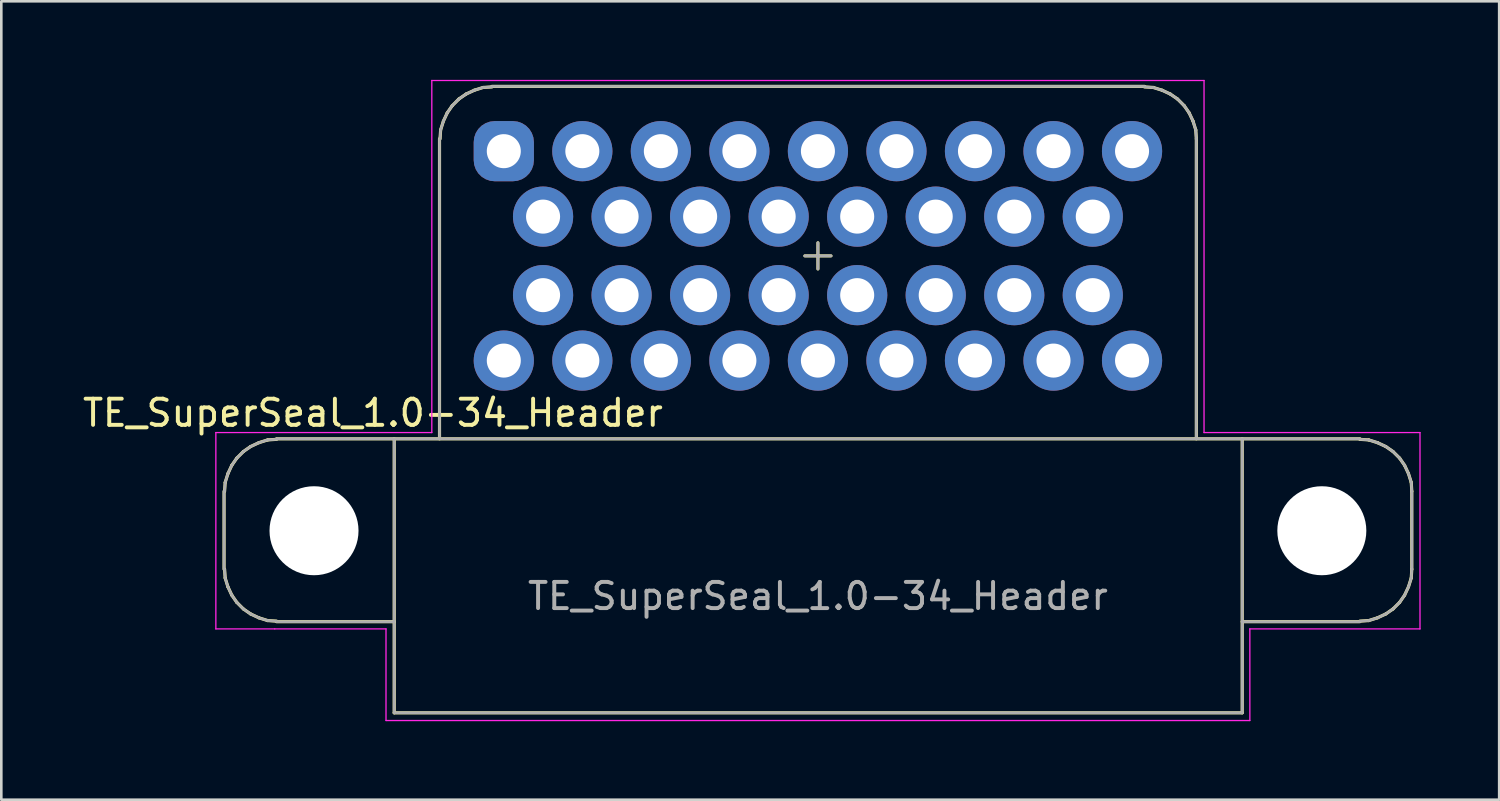
<source format=kicad_pcb>
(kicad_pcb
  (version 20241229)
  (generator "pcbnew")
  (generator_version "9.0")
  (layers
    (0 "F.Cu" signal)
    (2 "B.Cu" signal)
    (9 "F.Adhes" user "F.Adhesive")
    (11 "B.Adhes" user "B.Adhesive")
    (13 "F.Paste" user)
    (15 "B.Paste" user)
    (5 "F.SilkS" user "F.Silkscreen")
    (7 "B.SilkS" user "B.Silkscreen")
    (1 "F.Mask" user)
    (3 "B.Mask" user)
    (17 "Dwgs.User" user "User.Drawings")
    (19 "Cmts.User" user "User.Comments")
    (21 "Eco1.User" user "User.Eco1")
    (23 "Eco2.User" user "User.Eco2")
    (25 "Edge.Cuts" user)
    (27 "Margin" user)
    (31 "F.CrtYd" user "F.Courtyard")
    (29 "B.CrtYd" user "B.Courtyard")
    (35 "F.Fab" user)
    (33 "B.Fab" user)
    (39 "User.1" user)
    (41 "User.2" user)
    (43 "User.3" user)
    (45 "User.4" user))
  (footprint "TE_SuperSeal_1.0-34_Header"
    (layer "F.Cu")
    (at 16.196 2.725)
    (property "Reference" "TE_SuperSeal_1.0-34_Header" (at -5 10 0) (layer "F.SilkS") (effects (font (size 1 1) (thickness 0.15))))
    (attr through_hole)
    (fp_line (start -10.687 15.969) (end -10.687 12.993) (stroke (width 0.12) (type solid)) (layer "F.SilkS"))
    (fp_line (start -10.666 15.969) (end -10.644 16.306) (stroke (width 0.12) (type solid)) (layer "F.SilkS"))
    (fp_line (start -10.644 16.306) (end -10.539 16.644) (stroke (width 0.12) (type solid)) (layer "F.SilkS"))
    (fp_line (start -10.644 12.656) (end -10.666 12.993) (stroke (width 0.12) (type solid)) (layer "F.SilkS"))
    (fp_line (start -10.539 16.644) (end -10.391 16.961) (stroke (width 0.12) (type solid)) (layer "F.SilkS"))
    (fp_line (start -10.539 12.318) (end -10.644 12.656) (stroke (width 0.12) (type solid)) (layer "F.SilkS"))
    (fp_line (start -10.391 16.961) (end -10.201 17.235) (stroke (width 0.12) (type solid)) (layer "F.SilkS"))
    (fp_line (start -10.391 12.001) (end -10.539 12.318) (stroke (width 0.12) (type solid)) (layer "F.SilkS"))
    (fp_line (start -10.201 17.235) (end -9.948 17.488) (stroke (width 0.12) (type solid)) (layer "F.SilkS"))
    (fp_line (start -10.201 11.727) (end -10.391 12.001) (stroke (width 0.12) (type solid)) (layer "F.SilkS"))
    (fp_line (start -9.948 17.488) (end -9.674 17.678) (stroke (width 0.12) (type solid)) (layer "F.SilkS"))
    (fp_line (start -9.948 11.474) (end -10.201 11.727) (stroke (width 0.12) (type solid)) (layer "F.SilkS"))
    (fp_line (start -9.674 17.678) (end -9.357 17.826) (stroke (width 0.12) (type solid)) (layer "F.SilkS"))
    (fp_line (start -9.674 11.284) (end -9.948 11.474) (stroke (width 0.12) (type solid)) (layer "F.SilkS"))
    (fp_line (start -9.357 17.826) (end -9.02 17.932) (stroke (width 0.12) (type solid)) (layer "F.SilkS"))
    (fp_line (start -9.357 11.136) (end -9.674 11.284) (stroke (width 0.12) (type solid)) (layer "F.SilkS"))
    (fp_line (start -9.02 17.932) (end -8.682 17.953) (stroke (width 0.12) (type solid)) (layer "F.SilkS"))
    (fp_line (start -9.02 11.03) (end -9.357 11.136) (stroke (width 0.12) (type solid)) (layer "F.SilkS"))
    (fp_line (start -8.682 11.009) (end -9.02 11.03) (stroke (width 0.12) (type solid)) (layer "F.SilkS"))
    (fp_line (start -4.187 17.974) (end -8.682 17.974) (stroke (width 0.12) (type solid)) (layer "F.SilkS"))
    (fp_line (start -4.187 21.456) (end -4.187 10.988) (stroke (width 0.12) (type solid)) (layer "F.SilkS"))
    (fp_line (start -2.456 10.988) (end -2.456 -0.471) (stroke (width 0.12) (type solid)) (layer "F.SilkS"))
    (fp_line (start -2.414 -0.809) (end -2.435 -0.471) (stroke (width 0.12) (type solid)) (layer "F.SilkS"))
    (fp_line (start -2.308 -1.146) (end -2.414 -0.809) (stroke (width 0.12) (type solid)) (layer "F.SilkS"))
    (fp_line (start -2.161 -1.463) (end -2.308 -1.146) (stroke (width 0.12) (type solid)) (layer "F.SilkS"))
    (fp_line (start -1.971 -1.737) (end -2.161 -1.463) (stroke (width 0.12) (type solid)) (layer "F.SilkS"))
    (fp_line (start -1.718 -1.991) (end -1.971 -1.737) (stroke (width 0.12) (type solid)) (layer "F.SilkS"))
    (fp_line (start -1.443 -2.181) (end -1.718 -1.991) (stroke (width 0.12) (type solid)) (layer "F.SilkS"))
    (fp_line (start -1.127 -2.328) (end -1.443 -2.181) (stroke (width 0.12) (type solid)) (layer "F.SilkS"))
    (fp_line (start -0.789 -2.434) (end -1.127 -2.328) (stroke (width 0.12) (type solid)) (layer "F.SilkS"))
    (fp_line (start -0.451 -2.476) (end 24.472 -2.476) (stroke (width 0.12) (type solid)) (layer "F.SilkS"))
    (fp_line (start -0.451 -2.455) (end -0.789 -2.434) (stroke (width 0.12) (type solid)) (layer "F.SilkS"))
    (fp_line (start 11.5 4) (end 12.5 4) (stroke (width 0.12) (type solid)) (layer "F.SilkS"))
    (fp_line (start 12 4.5) (end 12 3.5) (stroke (width 0.12) (type solid)) (layer "F.SilkS"))
    (fp_line (start 24.81 -2.434) (end 24.472 -2.455) (stroke (width 0.12) (type solid)) (layer "F.SilkS"))
    (fp_line (start 25.148 -2.328) (end 24.81 -2.434) (stroke (width 0.12) (type solid)) (layer "F.SilkS"))
    (fp_line (start 25.464 -2.181) (end 25.148 -2.328) (stroke (width 0.12) (type solid)) (layer "F.SilkS"))
    (fp_line (start 25.739 -1.991) (end 25.464 -2.181) (stroke (width 0.12) (type solid)) (layer "F.SilkS"))
    (fp_line (start 25.992 -1.737) (end 25.739 -1.991) (stroke (width 0.12) (type solid)) (layer "F.SilkS"))
    (fp_line (start 26.182 -1.463) (end 25.992 -1.737) (stroke (width 0.12) (type solid)) (layer "F.SilkS"))
    (fp_line (start 26.33 -1.146) (end 26.182 -1.463) (stroke (width 0.12) (type solid)) (layer "F.SilkS"))
    (fp_line (start 26.435 -0.809) (end 26.33 -1.146) (stroke (width 0.12) (type solid)) (layer "F.SilkS"))
    (fp_line (start 26.456 -0.471) (end 26.435 -0.809) (stroke (width 0.12) (type solid)) (layer "F.SilkS"))
    (fp_line (start 26.456 10.988) (end 26.456 -0.471) (stroke (width 0.12) (type solid)) (layer "F.SilkS"))
    (fp_line (start 28.208 17.974) (end 32.703 17.974) (stroke (width 0.12) (type solid)) (layer "F.SilkS"))
    (fp_line (start 28.208 21.456) (end -4.187 21.456) (stroke (width 0.12) (type solid)) (layer "F.SilkS"))
    (fp_line (start 28.208 21.456) (end 28.208 10.988) (stroke (width 0.12) (type solid)) (layer "F.SilkS"))
    (fp_line (start 32.703 10.988) (end -8.682 10.988) (stroke (width 0.12) (type solid)) (layer "F.SilkS"))
    (fp_line (start 32.703 17.953) (end 33.041 17.932) (stroke (width 0.12) (type solid)) (layer "F.SilkS"))
    (fp_line (start 33.041 11.03) (end 32.703 11.009) (stroke (width 0.12) (type solid)) (layer "F.SilkS"))
    (fp_line (start 33.041 17.932) (end 33.378 17.826) (stroke (width 0.12) (type solid)) (layer "F.SilkS"))
    (fp_line (start 33.378 11.136) (end 33.041 11.03) (stroke (width 0.12) (type solid)) (layer "F.SilkS"))
    (fp_line (start 33.378 17.826) (end 33.695 17.678) (stroke (width 0.12) (type solid)) (layer "F.SilkS"))
    (fp_line (start 33.695 11.284) (end 33.378 11.136) (stroke (width 0.12) (type solid)) (layer "F.SilkS"))
    (fp_line (start 33.695 17.678) (end 33.969 17.488) (stroke (width 0.12) (type solid)) (layer "F.SilkS"))
    (fp_line (start 33.969 11.474) (end 33.695 11.284) (stroke (width 0.12) (type solid)) (layer "F.SilkS"))
    (fp_line (start 33.969 17.488) (end 34.222 17.235) (stroke (width 0.12) (type solid)) (layer "F.SilkS"))
    (fp_line (start 34.222 11.727) (end 33.969 11.474) (stroke (width 0.12) (type solid)) (layer "F.SilkS"))
    (fp_line (start 34.222 17.235) (end 34.412 16.961) (stroke (width 0.12) (type solid)) (layer "F.SilkS"))
    (fp_line (start 34.412 12.001) (end 34.222 11.727) (stroke (width 0.12) (type solid)) (layer "F.SilkS"))
    (fp_line (start 34.412 16.961) (end 34.56 16.644) (stroke (width 0.12) (type solid)) (layer "F.SilkS"))
    (fp_line (start 34.56 12.318) (end 34.412 12.001) (stroke (width 0.12) (type solid)) (layer "F.SilkS"))
    (fp_line (start 34.56 16.644) (end 34.666 16.306) (stroke (width 0.12) (type solid)) (layer "F.SilkS"))
    (fp_line (start 34.666 12.656) (end 34.56 12.318) (stroke (width 0.12) (type solid)) (layer "F.SilkS"))
    (fp_line (start 34.666 16.306) (end 34.687 15.969) (stroke (width 0.12) (type solid)) (layer "F.SilkS"))
    (fp_line (start 34.687 12.993) (end 34.666 12.656) (stroke (width 0.12) (type solid)) (layer "F.SilkS"))
    (fp_line (start 34.687 15.969) (end 34.687 12.993) (stroke (width 0.12) (type solid)) (layer "F.SilkS"))
    (fp_line (start -11 10.75) (end -2.75 10.75) (stroke (width 0.05) (type solid)) (layer "F.CrtYd"))
    (fp_line (start -11 18.25) (end -11 10.75) (stroke (width 0.05) (type solid)) (layer "F.CrtYd"))
    (fp_line (start -8.75 18.25) (end -11 18.25) (stroke (width 0.05) (type solid)) (layer "F.CrtYd"))
    (fp_line (start -4.5 18.25) (end -8.75 18.25) (stroke (width 0.05) (type solid)) (layer "F.CrtYd"))
    (fp_line (start -4.5 21.75) (end -4.5 18.25) (stroke (width 0.05) (type solid)) (layer "F.CrtYd"))
    (fp_line (start -2.75 -2.7) (end 26.75 -2.7) (stroke (width 0.05) (type solid)) (layer "F.CrtYd"))
    (fp_line (start -2.75 10.75) (end -2.75 -2.7) (stroke (width 0.05) (type solid)) (layer "F.CrtYd"))
    (fp_line (start 26.75 -2.7) (end 26.75 10.75) (stroke (width 0.05) (type solid)) (layer "F.CrtYd"))
    (fp_line (start 26.75 10.75) (end 35 10.75) (stroke (width 0.05) (type solid)) (layer "F.CrtYd"))
    (fp_line (start 28.5 18.25) (end 28.5 21.75) (stroke (width 0.05) (type solid)) (layer "F.CrtYd"))
    (fp_line (start 28.5 21.75) (end -4.5 21.75) (stroke (width 0.05) (type solid)) (layer "F.CrtYd"))
    (fp_line (start 35 10.75) (end 35 18.25) (stroke (width 0.05) (type solid)) (layer "F.CrtYd"))
    (fp_line (start 35 18.25) (end 28.5 18.25) (stroke (width 0.05) (type solid)) (layer "F.CrtYd"))
    (fp_line (start -10.687 15.969) (end -10.687 12.993) (stroke (width 0.1) (type solid)) (layer "F.Fab"))
    (fp_line (start -10.666 15.969) (end -10.644 16.306) (stroke (width 0.1) (type solid)) (layer "F.Fab"))
    (fp_line (start -10.644 16.306) (end -10.539 16.644) (stroke (width 0.1) (type solid)) (layer "F.Fab"))
    (fp_line (start -10.644 12.656) (end -10.666 12.993) (stroke (width 0.1) (type solid)) (layer "F.Fab"))
    (fp_line (start -10.539 16.644) (end -10.391 16.961) (stroke (width 0.1) (type solid)) (layer "F.Fab"))
    (fp_line (start -10.539 12.318) (end -10.644 12.656) (stroke (width 0.1) (type solid)) (layer "F.Fab"))
    (fp_line (start -10.391 16.961) (end -10.201 17.235) (stroke (width 0.1) (type solid)) (layer "F.Fab"))
    (fp_line (start -10.391 12.001) (end -10.539 12.318) (stroke (width 0.1) (type solid)) (layer "F.Fab"))
    (fp_line (start -10.201 17.235) (end -9.948 17.488) (stroke (width 0.1) (type solid)) (layer "F.Fab"))
    (fp_line (start -10.201 11.727) (end -10.391 12.001) (stroke (width 0.1) (type solid)) (layer "F.Fab"))
    (fp_line (start -9.948 17.488) (end -9.674 17.678) (stroke (width 0.1) (type solid)) (layer "F.Fab"))
    (fp_line (start -9.948 11.474) (end -10.201 11.727) (stroke (width 0.1) (type solid)) (layer "F.Fab"))
    (fp_line (start -9.674 17.678) (end -9.357 17.826) (stroke (width 0.1) (type solid)) (layer "F.Fab"))
    (fp_line (start -9.674 11.284) (end -9.948 11.474) (stroke (width 0.1) (type solid)) (layer "F.Fab"))
    (fp_line (start -9.357 17.826) (end -9.02 17.932) (stroke (width 0.1) (type solid)) (layer "F.Fab"))
    (fp_line (start -9.357 11.136) (end -9.674 11.284) (stroke (width 0.1) (type solid)) (layer "F.Fab"))
    (fp_line (start -9.02 17.932) (end -8.682 17.953) (stroke (width 0.1) (type solid)) (layer "F.Fab"))
    (fp_line (start -9.02 11.03) (end -9.357 11.136) (stroke (width 0.1) (type solid)) (layer "F.Fab"))
    (fp_line (start -8.682 11.009) (end -9.02 11.03) (stroke (width 0.1) (type solid)) (layer "F.Fab"))
    (fp_line (start -4.187 17.974) (end -8.682 17.974) (stroke (width 0.1) (type solid)) (layer "F.Fab"))
    (fp_line (start -4.187 21.456) (end -4.187 10.988) (stroke (width 0.1) (type solid)) (layer "F.Fab"))
    (fp_line (start -2.456 10.988) (end -2.456 -0.471) (stroke (width 0.1) (type solid)) (layer "F.Fab"))
    (fp_line (start -2.414 -0.809) (end -2.435 -0.471) (stroke (width 0.1) (type solid)) (layer "F.Fab"))
    (fp_line (start -2.308 -1.146) (end -2.414 -0.809) (stroke (width 0.1) (type solid)) (layer "F.Fab"))
    (fp_line (start -2.161 -1.463) (end -2.308 -1.146) (stroke (width 0.1) (type solid)) (layer "F.Fab"))
    (fp_line (start -1.971 -1.737) (end -2.161 -1.463) (stroke (width 0.1) (type solid)) (layer "F.Fab"))
    (fp_line (start -1.718 -1.991) (end -1.971 -1.737) (stroke (width 0.1) (type solid)) (layer "F.Fab"))
    (fp_line (start -1.443 -2.181) (end -1.718 -1.991) (stroke (width 0.1) (type solid)) (layer "F.Fab"))
    (fp_line (start -1.127 -2.328) (end -1.443 -2.181) (stroke (width 0.1) (type solid)) (layer "F.Fab"))
    (fp_line (start -0.789 -2.434) (end -1.127 -2.328) (stroke (width 0.1) (type solid)) (layer "F.Fab"))
    (fp_line (start -0.451 -2.476) (end 24.472 -2.476) (stroke (width 0.1) (type solid)) (layer "F.Fab"))
    (fp_line (start -0.451 -2.455) (end -0.789 -2.434) (stroke (width 0.1) (type solid)) (layer "F.Fab"))
    (fp_line (start 11.5 4) (end 12.5 4) (stroke (width 0.1) (type solid)) (layer "F.Fab"))
    (fp_line (start 12 4.5) (end 12 3.5) (stroke (width 0.1) (type solid)) (layer "F.Fab"))
    (fp_line (start 24.81 -2.434) (end 24.472 -2.455) (stroke (width 0.1) (type solid)) (layer "F.Fab"))
    (fp_line (start 25.148 -2.328) (end 24.81 -2.434) (stroke (width 0.1) (type solid)) (layer "F.Fab"))
    (fp_line (start 25.464 -2.181) (end 25.148 -2.328) (stroke (width 0.1) (type solid)) (layer "F.Fab"))
    (fp_line (start 25.739 -1.991) (end 25.464 -2.181) (stroke (width 0.1) (type solid)) (layer "F.Fab"))
    (fp_line (start 25.992 -1.737) (end 25.739 -1.991) (stroke (width 0.1) (type solid)) (layer "F.Fab"))
    (fp_line (start 26.182 -1.463) (end 25.992 -1.737) (stroke (width 0.1) (type solid)) (layer "F.Fab"))
    (fp_line (start 26.33 -1.146) (end 26.182 -1.463) (stroke (width 0.1) (type solid)) (layer "F.Fab"))
    (fp_line (start 26.435 -0.809) (end 26.33 -1.146) (stroke (width 0.1) (type solid)) (layer "F.Fab"))
    (fp_line (start 26.456 -0.471) (end 26.435 -0.809) (stroke (width 0.1) (type solid)) (layer "F.Fab"))
    (fp_line (start 26.456 10.988) (end 26.456 -0.471) (stroke (width 0.1) (type solid)) (layer "F.Fab"))
    (fp_line (start 28.208 17.974) (end 32.703 17.974) (stroke (width 0.1) (type solid)) (layer "F.Fab"))
    (fp_line (start 28.208 21.456) (end -4.187 21.456) (stroke (width 0.1) (type solid)) (layer "F.Fab"))
    (fp_line (start 28.208 21.456) (end 28.208 10.988) (stroke (width 0.1) (type solid)) (layer "F.Fab"))
    (fp_line (start 32.703 10.988) (end -8.682 10.988) (stroke (width 0.1) (type solid)) (layer "F.Fab"))
    (fp_line (start 32.703 17.953) (end 33.041 17.932) (stroke (width 0.1) (type solid)) (layer "F.Fab"))
    (fp_line (start 33.041 11.03) (end 32.703 11.009) (stroke (width 0.1) (type solid)) (layer "F.Fab"))
    (fp_line (start 33.041 17.932) (end 33.378 17.826) (stroke (width 0.1) (type solid)) (layer "F.Fab"))
    (fp_line (start 33.378 11.136) (end 33.041 11.03) (stroke (width 0.1) (type solid)) (layer "F.Fab"))
    (fp_line (start 33.378 17.826) (end 33.695 17.678) (stroke (width 0.1) (type solid)) (layer "F.Fab"))
    (fp_line (start 33.695 11.284) (end 33.378 11.136) (stroke (width 0.1) (type solid)) (layer "F.Fab"))
    (fp_line (start 33.695 17.678) (end 33.969 17.488) (stroke (width 0.1) (type solid)) (layer "F.Fab"))
    (fp_line (start 33.969 11.474) (end 33.695 11.284) (stroke (width 0.1) (type solid)) (layer "F.Fab"))
    (fp_line (start 33.969 17.488) (end 34.222 17.235) (stroke (width 0.1) (type solid)) (layer "F.Fab"))
    (fp_line (start 34.222 11.727) (end 33.969 11.474) (stroke (width 0.1) (type solid)) (layer "F.Fab"))
    (fp_line (start 34.222 17.235) (end 34.412 16.961) (stroke (width 0.1) (type solid)) (layer "F.Fab"))
    (fp_line (start 34.412 12.001) (end 34.222 11.727) (stroke (width 0.1) (type solid)) (layer "F.Fab"))
    (fp_line (start 34.412 16.961) (end 34.56 16.644) (stroke (width 0.1) (type solid)) (layer "F.Fab"))
    (fp_line (start 34.56 12.318) (end 34.412 12.001) (stroke (width 0.1) (type solid)) (layer "F.Fab"))
    (fp_line (start 34.56 16.644) (end 34.666 16.306) (stroke (width 0.1) (type solid)) (layer "F.Fab"))
    (fp_line (start 34.666 12.656) (end 34.56 12.318) (stroke (width 0.1) (type solid)) (layer "F.Fab"))
    (fp_line (start 34.666 16.306) (end 34.687 15.969) (stroke (width 0.1) (type solid)) (layer "F.Fab"))
    (fp_line (start 34.687 12.993) (end 34.666 12.656) (stroke (width 0.1) (type solid)) (layer "F.Fab"))
    (fp_line (start 34.687 15.969) (end 34.687 12.993) (stroke (width 0.1) (type solid)) (layer "F.Fab"))
    (fp_text user "${REFERENCE}" (at 12 17 0) (layer "F.Fab") (effects (font (size 1 1) (thickness 0.15))))
    (pad "" np_thru_hole circle (at -7.25 14.5) (size 3.4 3.4) (drill 3.4) (layers "*.Cu" "*.Mask"))
    (pad "" np_thru_hole circle (at 31.25 14.5) (size 3.4 3.4) (drill 3.4) (layers "*.Cu" "*.Mask"))
    (pad "1" thru_hole roundrect (at 0 0 180) (size 2.3 2.3) (drill 1.3) (layers "*.Cu" "*.Mask") (roundrect_rratio 0.35))
    (pad "2" thru_hole circle (at 3 0 180) (size 2.3 2.3) (drill 1.3) (layers "*.Cu" "*.Mask"))
    (pad "3" thru_hole circle (at 6 0 180) (size 2.3 2.3) (drill 1.3) (layers "*.Cu" "*.Mask"))
    (pad "4" thru_hole circle (at 9 0 180) (size 2.3 2.3) (drill 1.3) (layers "*.Cu" "*.Mask"))
    (pad "5" thru_hole circle (at 12 0 180) (size 2.3 2.3) (drill 1.3) (layers "*.Cu" "*.Mask"))
    (pad "6" thru_hole circle (at 15 0 180) (size 2.3 2.3) (drill 1.3) (layers "*.Cu" "*.Mask"))
    (pad "7" thru_hole circle (at 18 0 180) (size 2.3 2.3) (drill 1.3) (layers "*.Cu" "*.Mask"))
    (pad "8" thru_hole circle (at 21 0 180) (size 2.3 2.3) (drill 1.3) (layers "*.Cu" "*.Mask"))
    (pad "9" thru_hole circle (at 24 0 180) (size 2.3 2.3) (drill 1.3) (layers "*.Cu" "*.Mask"))
    (pad "10" thru_hole circle (at 1.5 2.5 180) (size 2.3 2.3) (drill 1.3) (layers "*.Cu" "*.Mask"))
    (pad "11" thru_hole circle (at 4.5 2.5 180) (size 2.3 2.3) (drill 1.3) (layers "*.Cu" "*.Mask"))
    (pad "12" thru_hole circle (at 7.5 2.5 180) (size 2.3 2.3) (drill 1.3) (layers "*.Cu" "*.Mask"))
    (pad "13" thru_hole circle (at 10.5 2.5 180) (size 2.3 2.3) (drill 1.3) (layers "*.Cu" "*.Mask"))
    (pad "14" thru_hole circle (at 13.5 2.5 180) (size 2.3 2.3) (drill 1.3) (layers "*.Cu" "*.Mask"))
    (pad "15" thru_hole circle (at 16.5 2.5 180) (size 2.3 2.3) (drill 1.3) (layers "*.Cu" "*.Mask"))
    (pad "16" thru_hole circle (at 19.5 2.5 180) (size 2.3 2.3) (drill 1.3) (layers "*.Cu" "*.Mask"))
    (pad "17" thru_hole circle (at 22.5 2.5 180) (size 2.3 2.3) (drill 1.3) (layers "*.Cu" "*.Mask"))
    (pad "18" thru_hole circle (at 1.5 5.5) (size 2.3 2.3) (drill 1.3) (layers "*.Cu" "*.Mask"))
    (pad "19" thru_hole circle (at 4.5 5.5) (size 2.3 2.3) (drill 1.3) (layers "*.Cu" "*.Mask"))
    (pad "20" thru_hole circle (at 7.5 5.5) (size 2.3 2.3) (drill 1.3) (layers "*.Cu" "*.Mask"))
    (pad "21" thru_hole circle (at 10.5 5.5) (size 2.3 2.3) (drill 1.3) (layers "*.Cu" "*.Mask"))
    (pad "22" thru_hole circle (at 13.5 5.5) (size 2.3 2.3) (drill 1.3) (layers "*.Cu" "*.Mask"))
    (pad "23" thru_hole circle (at 16.5 5.5) (size 2.3 2.3) (drill 1.3) (layers "*.Cu" "*.Mask"))
    (pad "24" thru_hole circle (at 19.5 5.5) (size 2.3 2.3) (drill 1.3) (layers "*.Cu" "*.Mask"))
    (pad "25" thru_hole circle (at 22.5 5.5) (size 2.3 2.3) (drill 1.3) (layers "*.Cu" "*.Mask"))
    (pad "26" thru_hole circle (at 0 8) (size 2.3 2.3) (drill 1.3) (layers "*.Cu" "*.Mask"))
    (pad "27" thru_hole circle (at 3 8) (size 2.3 2.3) (drill 1.3) (layers "*.Cu" "*.Mask"))
    (pad "28" thru_hole circle (at 6 8) (size 2.3 2.3) (drill 1.3) (layers "*.Cu" "*.Mask"))
    (pad "29" thru_hole circle (at 9 8) (size 2.3 2.3) (drill 1.3) (layers "*.Cu" "*.Mask"))
    (pad "30" thru_hole circle (at 12 8) (size 2.3 2.3) (drill 1.3) (layers "*.Cu" "*.Mask"))
    (pad "31" thru_hole circle (at 15 8) (size 2.3 2.3) (drill 1.3) (layers "*.Cu" "*.Mask"))
    (pad "32" thru_hole circle (at 18 8) (size 2.3 2.3) (drill 1.3) (layers "*.Cu" "*.Mask"))
    (pad "33" thru_hole circle (at 21 8) (size 2.3 2.3) (drill 1.3) (layers "*.Cu" "*.Mask"))
    (pad "34" thru_hole circle (at 24 8) (size 2.3 2.3) (drill 1.3) (layers "*.Cu" "*.Mask")))
  (gr_rect
    (start -3 -3)
    (end 54.221 27.5)
    (stroke (width 0.1) (type default))
    (fill no)
    (layer "Edge.Cuts")))
</source>
